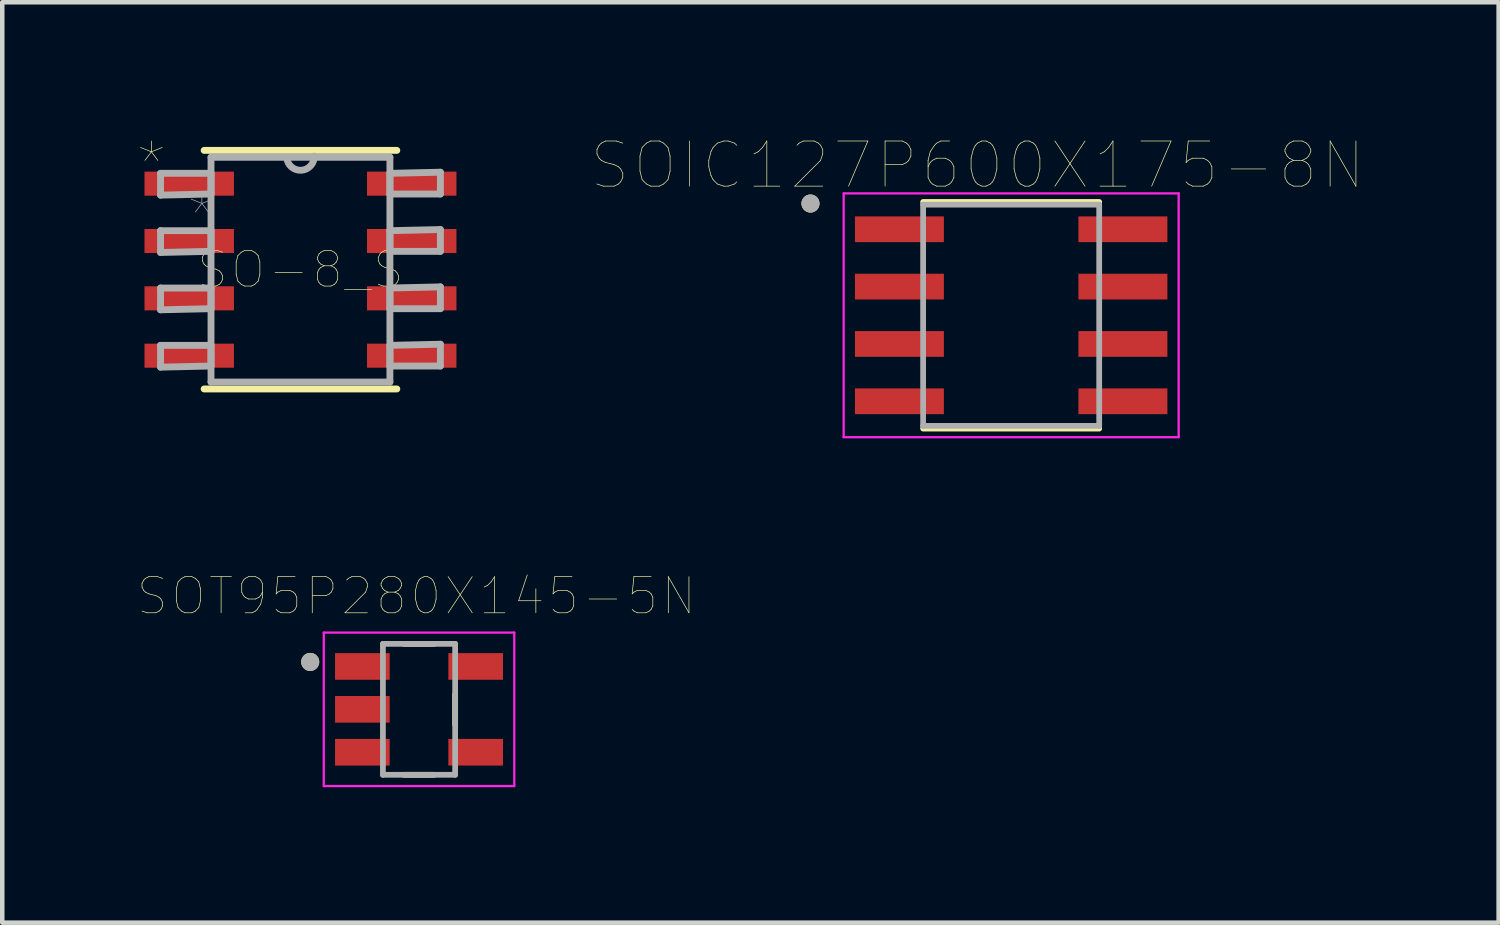
<source format=kicad_pcb>
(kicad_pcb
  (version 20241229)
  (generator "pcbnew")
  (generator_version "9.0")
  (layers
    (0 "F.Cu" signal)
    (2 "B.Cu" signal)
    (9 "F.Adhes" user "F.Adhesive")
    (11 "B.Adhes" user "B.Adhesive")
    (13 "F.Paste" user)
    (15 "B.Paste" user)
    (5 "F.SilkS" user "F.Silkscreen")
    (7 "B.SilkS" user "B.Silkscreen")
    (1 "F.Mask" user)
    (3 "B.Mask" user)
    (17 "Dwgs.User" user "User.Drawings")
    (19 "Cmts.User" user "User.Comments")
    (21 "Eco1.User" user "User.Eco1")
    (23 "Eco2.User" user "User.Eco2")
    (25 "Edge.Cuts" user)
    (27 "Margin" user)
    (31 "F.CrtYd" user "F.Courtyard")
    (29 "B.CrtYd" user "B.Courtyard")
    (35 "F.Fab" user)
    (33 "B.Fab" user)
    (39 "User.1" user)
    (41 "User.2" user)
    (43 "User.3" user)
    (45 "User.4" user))
  (footprint "SOIC127P600X175-8N"
    (layer "F.Cu")
    (at 19.346 3.933)
    (property "Reference" "SOIC127P600X175-8N" (at -0.745 -3.322 0) (layer "F.SilkS") (effects (font (size 1 1) (thickness 0.015))))
    (attr through_hole)
    (fp_line (start -1.95 -2.51) (end 1.95 -2.51) (stroke (width 0.127) (type solid)) (layer "F.SilkS"))
    (fp_line (start -1.95 2.51) (end 1.95 2.51) (stroke (width 0.127) (type solid)) (layer "F.SilkS"))
    (fp_circle (center -4.445 -2.475) (end -4.345 -2.475) (stroke (width 0.2) (type solid)) (fill no) (layer "F.SilkS"))
    (fp_line (start -3.71 -2.7) (end -3.71 2.7) (stroke (width 0.05) (type solid)) (layer "F.CrtYd"))
    (fp_line (start -3.71 -2.7) (end 3.71 -2.7) (stroke (width 0.05) (type solid)) (layer "F.CrtYd"))
    (fp_line (start -3.71 2.7) (end 3.71 2.7) (stroke (width 0.05) (type solid)) (layer "F.CrtYd"))
    (fp_line (start 3.71 -2.7) (end 3.71 2.7) (stroke (width 0.05) (type solid)) (layer "F.CrtYd"))
    (fp_line (start -1.95 -2.45) (end -1.95 2.45) (stroke (width 0.127) (type solid)) (layer "F.Fab"))
    (fp_line (start -1.95 -2.45) (end 1.95 -2.45) (stroke (width 0.127) (type solid)) (layer "F.Fab"))
    (fp_line (start -1.95 2.45) (end 1.95 2.45) (stroke (width 0.127) (type solid)) (layer "F.Fab"))
    (fp_line (start 1.95 -2.45) (end 1.95 2.45) (stroke (width 0.127) (type solid)) (layer "F.Fab"))
    (fp_circle (center -4.445 -2.475) (end -4.345 -2.475) (stroke (width 0.2) (type solid)) (fill no) (layer "F.Fab"))
    (pad "1" smd rect (at -2.475 -1.905) (size 1.97 0.57) (layers "F.Cu" "F.Mask" "F.Paste"))
    (pad "2" smd rect (at -2.475 -0.635) (size 1.97 0.57) (layers "F.Cu" "F.Mask" "F.Paste"))
    (pad "3" smd rect (at -2.475 0.635) (size 1.97 0.57) (layers "F.Cu" "F.Mask" "F.Paste"))
    (pad "4" smd rect (at -2.475 1.905) (size 1.97 0.57) (layers "F.Cu" "F.Mask" "F.Paste"))
    (pad "5" smd rect (at 2.475 1.905) (size 1.97 0.57) (layers "F.Cu" "F.Mask" "F.Paste"))
    (pad "6" smd rect (at 2.475 0.635) (size 1.97 0.57) (layers "F.Cu" "F.Mask" "F.Paste"))
    (pad "7" smd rect (at 2.475 -0.635) (size 1.97 0.57) (layers "F.Cu" "F.Mask" "F.Paste"))
    (pad "8" smd rect (at 2.475 -1.905) (size 1.97 0.57) (layers "F.Cu" "F.Mask" "F.Paste")))
  (footprint "SOT95P280X145-5N"
    (layer "F.Cu")
    (at 6.231 12.661)
    (property "Reference" "SOT95P280X145-5N" (at -0.06 -2.508 0) (layer "F.SilkS") (effects (font (size 0.8 0.8) (thickness 0.015))))
    (attr through_hole)
    (fp_line (start -0.33 -1.45) (end 0.33 -1.45) (stroke (width 0.127) (type solid)) (layer "F.SilkS"))
    (fp_line (start 0.33 1.45) (end -0.33 1.45) (stroke (width 0.127) (type solid)) (layer "F.SilkS"))
    (fp_line (start 0.8 -0.335) (end 0.8 0.335) (stroke (width 0.127) (type solid)) (layer "F.SilkS"))
    (fp_circle (center -2.41 -1.05) (end -2.31 -1.05) (stroke (width 0.2) (type solid)) (fill no) (layer "F.SilkS"))
    (fp_line (start -2.11 -1.7) (end 2.11 -1.7) (stroke (width 0.05) (type solid)) (layer "F.CrtYd"))
    (fp_line (start -2.11 1.7) (end -2.11 -1.7) (stroke (width 0.05) (type solid)) (layer "F.CrtYd"))
    (fp_line (start 2.11 -1.7) (end 2.11 1.7) (stroke (width 0.05) (type solid)) (layer "F.CrtYd"))
    (fp_line (start 2.11 1.7) (end -2.11 1.7) (stroke (width 0.05) (type solid)) (layer "F.CrtYd"))
    (fp_line (start -0.8 -1.45) (end 0.8 -1.45) (stroke (width 0.127) (type solid)) (layer "F.Fab"))
    (fp_line (start -0.8 1.45) (end -0.8 -1.45) (stroke (width 0.127) (type solid)) (layer "F.Fab"))
    (fp_line (start 0.8 -1.45) (end 0.8 1.45) (stroke (width 0.127) (type solid)) (layer "F.Fab"))
    (fp_line (start 0.8 1.45) (end -0.8 1.45) (stroke (width 0.127) (type solid)) (layer "F.Fab"))
    (fp_circle (center -2.41 -1.05) (end -2.31 -1.05) (stroke (width 0.2) (type solid)) (fill no) (layer "F.Fab"))
    (pad "1" smd rect (at -1.255 -0.95) (size 1.21 0.59) (layers "F.Cu" "F.Mask" "F.Paste"))
    (pad "2" smd rect (at -1.255 0) (size 1.21 0.59) (layers "F.Cu" "F.Mask" "F.Paste"))
    (pad "3" smd rect (at -1.255 0.95) (size 1.21 0.59) (layers "F.Cu" "F.Mask" "F.Paste"))
    (pad "4" smd rect (at 1.255 0.95) (size 1.21 0.59) (layers "F.Cu" "F.Mask" "F.Paste"))
    (pad "5" smd rect (at 1.255 -0.95) (size 1.21 0.59) (layers "F.Cu" "F.Mask" "F.Paste")))
  (footprint "SO-8_S"
    (layer "F.Cu")
    (at 3.605 2.923)
    (property "Reference" "SO-8_S" (at 0 0 0) (layer "F.SilkS") (effects (font (size 0.787 0.787) (thickness 0.015))))
    (attr through_hole)
    (fp_line (start -2.134 2.642) (end 2.134 2.642) (stroke (width 0.152) (type solid)) (layer "F.SilkS"))
    (fp_line (start 2.134 -2.642) (end -2.134 -2.642) (stroke (width 0.152) (type solid)) (layer "F.SilkS"))
    (fp_line (start -3.099 -2.134) (end -3.099 -1.651) (stroke (width 0.152) (type solid)) (layer "F.Fab"))
    (fp_line (start -3.099 -1.651) (end -1.981 -1.676) (stroke (width 0.152) (type solid)) (layer "F.Fab"))
    (fp_line (start -3.099 -0.864) (end -3.099 -0.381) (stroke (width 0.152) (type solid)) (layer "F.Fab"))
    (fp_line (start -3.099 -0.381) (end -1.981 -0.406) (stroke (width 0.152) (type solid)) (layer "F.Fab"))
    (fp_line (start -3.099 0.406) (end -3.099 0.889) (stroke (width 0.152) (type solid)) (layer "F.Fab"))
    (fp_line (start -3.099 0.889) (end -1.981 0.864) (stroke (width 0.152) (type solid)) (layer "F.Fab"))
    (fp_line (start -3.099 1.676) (end -3.099 2.159) (stroke (width 0.152) (type solid)) (layer "F.Fab"))
    (fp_line (start -3.099 2.159) (end -1.981 2.134) (stroke (width 0.152) (type solid)) (layer "F.Fab"))
    (fp_line (start -1.981 -2.489) (end -1.981 2.489) (stroke (width 0.152) (type solid)) (layer "F.Fab"))
    (fp_line (start -1.981 -2.134) (end -3.099 -2.134) (stroke (width 0.152) (type solid)) (layer "F.Fab"))
    (fp_line (start -1.981 -1.676) (end -1.981 -2.134) (stroke (width 0.152) (type solid)) (layer "F.Fab"))
    (fp_line (start -1.981 -0.864) (end -3.099 -0.864) (stroke (width 0.152) (type solid)) (layer "F.Fab"))
    (fp_line (start -1.981 -0.406) (end -1.981 -0.864) (stroke (width 0.152) (type solid)) (layer "F.Fab"))
    (fp_line (start -1.981 0.406) (end -3.099 0.406) (stroke (width 0.152) (type solid)) (layer "F.Fab"))
    (fp_line (start -1.981 0.864) (end -1.981 0.406) (stroke (width 0.152) (type solid)) (layer "F.Fab"))
    (fp_line (start -1.981 1.676) (end -3.099 1.676) (stroke (width 0.152) (type solid)) (layer "F.Fab"))
    (fp_line (start -1.981 2.134) (end -1.981 1.676) (stroke (width 0.152) (type solid)) (layer "F.Fab"))
    (fp_line (start -1.981 2.489) (end 1.981 2.489) (stroke (width 0.152) (type solid)) (layer "F.Fab"))
    (fp_line (start -0.305 -2.489) (end -1.981 -2.489) (stroke (width 0.152) (type solid)) (layer "F.Fab"))
    (fp_line (start 1.981 -2.489) (end -0.305 -2.489) (stroke (width 0.152) (type solid)) (layer "F.Fab"))
    (fp_line (start 1.981 -2.134) (end 1.981 -1.676) (stroke (width 0.152) (type solid)) (layer "F.Fab"))
    (fp_line (start 1.981 -1.676) (end 3.099 -1.676) (stroke (width 0.152) (type solid)) (layer "F.Fab"))
    (fp_line (start 1.981 -0.864) (end 1.981 -0.406) (stroke (width 0.152) (type solid)) (layer "F.Fab"))
    (fp_line (start 1.981 -0.406) (end 3.099 -0.406) (stroke (width 0.152) (type solid)) (layer "F.Fab"))
    (fp_line (start 1.981 0.406) (end 1.981 0.864) (stroke (width 0.152) (type solid)) (layer "F.Fab"))
    (fp_line (start 1.981 0.864) (end 3.099 0.864) (stroke (width 0.152) (type solid)) (layer "F.Fab"))
    (fp_line (start 1.981 1.676) (end 1.981 2.134) (stroke (width 0.152) (type solid)) (layer "F.Fab"))
    (fp_line (start 1.981 2.134) (end 3.099 2.134) (stroke (width 0.152) (type solid)) (layer "F.Fab"))
    (fp_line (start 1.981 2.489) (end 1.981 -2.489) (stroke (width 0.152) (type solid)) (layer "F.Fab"))
    (fp_line (start 3.099 -2.159) (end 1.981 -2.134) (stroke (width 0.152) (type solid)) (layer "F.Fab"))
    (fp_line (start 3.099 -1.676) (end 3.099 -2.159) (stroke (width 0.152) (type solid)) (layer "F.Fab"))
    (fp_line (start 3.099 -0.889) (end 1.981 -0.864) (stroke (width 0.152) (type solid)) (layer "F.Fab"))
    (fp_line (start 3.099 -0.406) (end 3.099 -0.889) (stroke (width 0.152) (type solid)) (layer "F.Fab"))
    (fp_line (start 3.099 0.381) (end 1.981 0.406) (stroke (width 0.152) (type solid)) (layer "F.Fab"))
    (fp_line (start 3.099 0.864) (end 3.099 0.381) (stroke (width 0.152) (type solid)) (layer "F.Fab"))
    (fp_line (start 3.099 1.651) (end 1.981 1.676) (stroke (width 0.152) (type solid)) (layer "F.Fab"))
    (fp_line (start 3.099 2.134) (end 3.099 1.651) (stroke (width 0.152) (type solid)) (layer "F.Fab"))
    (fp_arc (start 0.3048 -2.5146) (mid 0.0127 -2.1971) (end -0.3048 -2.4892) (stroke (width 0.1524) (type solid)) (layer "F.Fab"))
    (fp_text user "*" (at -3.302 -2.311 0) (layer "F.SilkS") (effects (font (size 1 1) (thickness 0.015))))
    (fp_text user "*" (at -2.184 -1.168 0) (layer "F.Fab") (effects (font (size 1 1) (thickness 0.015))))
    (pad "1" smd rect (at -2.464 -1.905) (size 1.981 0.533) (layers "F.Cu" "F.Mask" "F.Paste"))
    (pad "2" smd rect (at -2.464 -0.635) (size 1.981 0.533) (layers "F.Cu" "F.Mask" "F.Paste"))
    (pad "3" smd rect (at -2.464 0.635) (size 1.981 0.533) (layers "F.Cu" "F.Mask" "F.Paste"))
    (pad "4" smd rect (at -2.464 1.905) (size 1.981 0.533) (layers "F.Cu" "F.Mask" "F.Paste"))
    (pad "5" smd rect (at 2.464 1.905) (size 1.981 0.533) (layers "F.Cu" "F.Mask" "F.Paste"))
    (pad "6" smd rect (at 2.464 0.635) (size 1.981 0.533) (layers "F.Cu" "F.Mask" "F.Paste"))
    (pad "7" smd rect (at 2.464 -0.635) (size 1.981 0.533) (layers "F.Cu" "F.Mask" "F.Paste"))
    (pad "8" smd rect (at 2.464 -1.905) (size 1.981 0.533) (layers "F.Cu" "F.Mask" "F.Paste")))
  (gr_rect
    (start -3 -3)
    (end 30.143 17.386)
    (stroke (width 0.1) (type default))
    (fill no)
    (layer "Edge.Cuts")))
</source>
